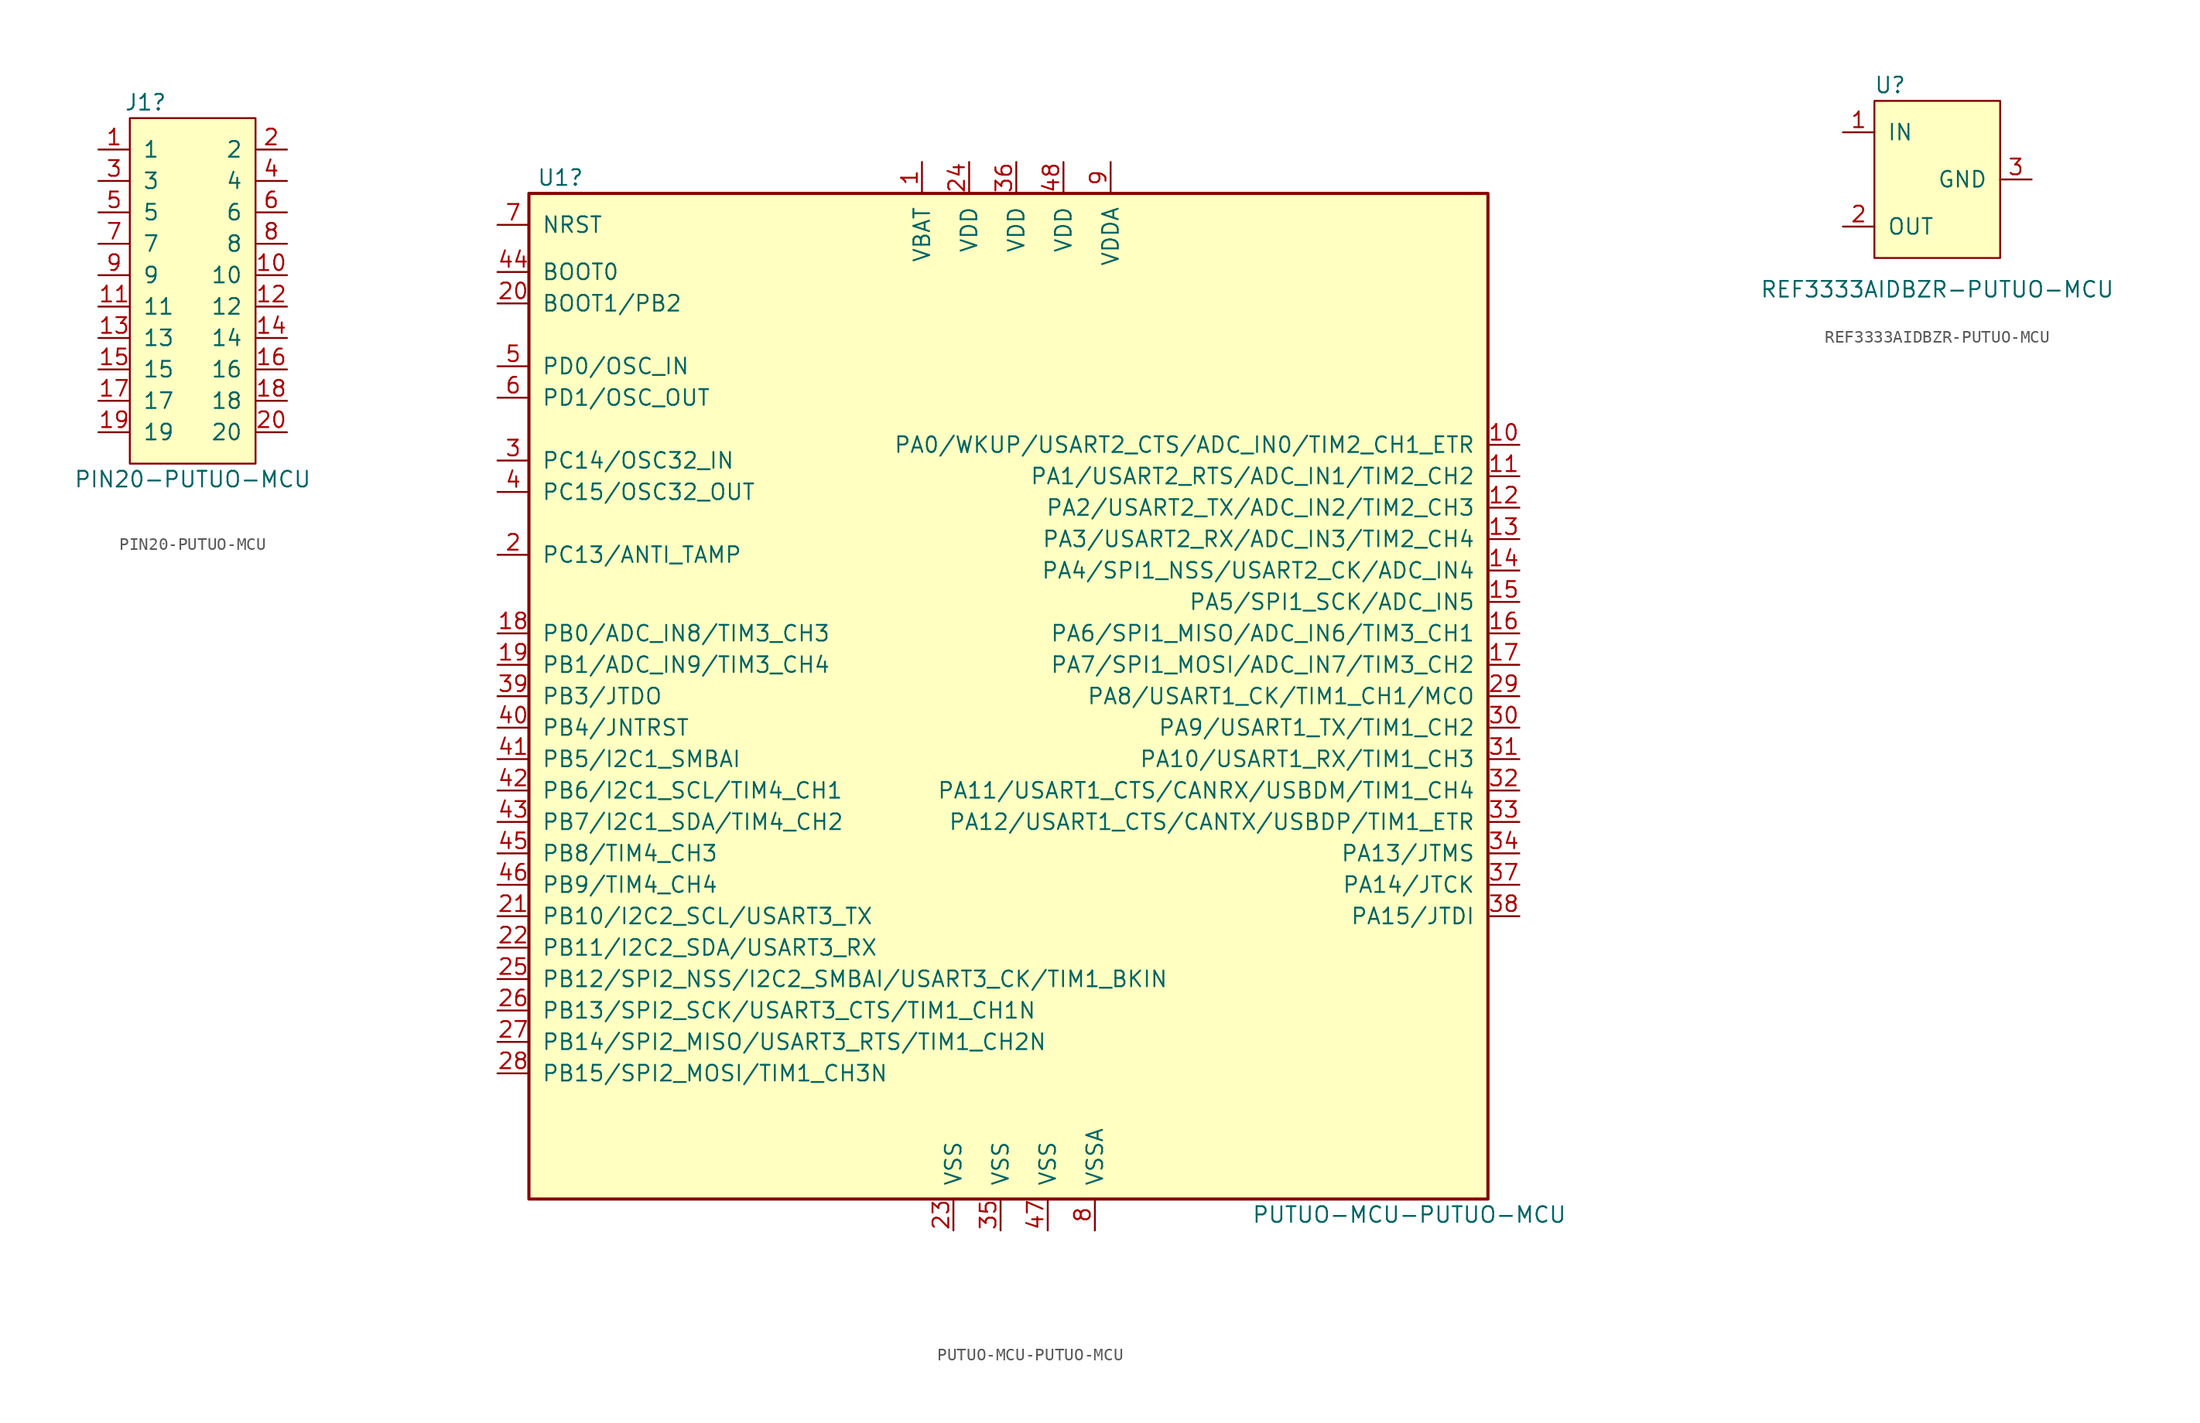
<source format=kicad_sym>
(kicad_symbol_lib
  (version 20211014)
  (generator kicad_symbol_editor)
  (symbol "PIN20-PUTUO-MCU"
    (pin_names
      (offset 1.016))
    (property "Reference" "J1"
      (at -3.81 15.24 0)
      (effects (font (size 1.27 1.27))))
    (property "Value" "PIN20-PUTUO-MCU"
      (at 0 -15.24 0)
      (effects (font (size 1.27 1.27))))
    (symbol "PIN20-PUTUO-MCU_0_1"
      (rectangle (start -5.08 13.97) (end 5.08 -13.97) (stroke (width 0) (type default) (color 0 0 0 0)) (fill (type background))))
    (symbol "PIN20-PUTUO-MCU_1_1"
      (pin input line (at -7.62 11.43 0) (length 2.54) (name "1" (effects (font (size 1.27 1.27)))) (number "1" (effects (font (size 1.27 1.27)))))
      (pin input line (at 7.62 1.27 180) (length 2.54) (name "10" (effects (font (size 1.27 1.27)))) (number "10" (effects (font (size 1.27 1.27)))))
      (pin input line (at -7.62 -1.27 0) (length 2.54) (name "11" (effects (font (size 1.27 1.27)))) (number "11" (effects (font (size 1.27 1.27)))))
      (pin input line (at 7.62 -1.27 180) (length 2.54) (name "12" (effects (font (size 1.27 1.27)))) (number "12" (effects (font (size 1.27 1.27)))))
      (pin input line (at -7.62 -3.81 0) (length 2.54) (name "13" (effects (font (size 1.27 1.27)))) (number "13" (effects (font (size 1.27 1.27)))))
      (pin input line (at 7.62 -3.81 180) (length 2.54) (name "14" (effects (font (size 1.27 1.27)))) (number "14" (effects (font (size 1.27 1.27)))))
      (pin input line (at -7.62 -6.35 0) (length 2.54) (name "15" (effects (font (size 1.27 1.27)))) (number "15" (effects (font (size 1.27 1.27)))))
      (pin input line (at 7.62 -6.35 180) (length 2.54) (name "16" (effects (font (size 1.27 1.27)))) (number "16" (effects (font (size 1.27 1.27)))))
      (pin input line (at -7.62 -8.89 0) (length 2.54) (name "17" (effects (font (size 1.27 1.27)))) (number "17" (effects (font (size 1.27 1.27)))))
      (pin input line (at 7.62 -8.89 180) (length 2.54) (name "18" (effects (font (size 1.27 1.27)))) (number "18" (effects (font (size 1.27 1.27)))))
      (pin input line (at -7.62 -11.43 0) (length 2.54) (name "19" (effects (font (size 1.27 1.27)))) (number "19" (effects (font (size 1.27 1.27)))))
      (pin input line (at 7.62 11.43 180) (length 2.54) (name "2" (effects (font (size 1.27 1.27)))) (number "2" (effects (font (size 1.27 1.27)))))
      (pin input line (at 7.62 -11.43 180) (length 2.54) (name "20" (effects (font (size 1.27 1.27)))) (number "20" (effects (font (size 1.27 1.27)))))
      (pin input line (at -7.62 8.89 0) (length 2.54) (name "3" (effects (font (size 1.27 1.27)))) (number "3" (effects (font (size 1.27 1.27)))))
      (pin input line (at 7.62 8.89 180) (length 2.54) (name "4" (effects (font (size 1.27 1.27)))) (number "4" (effects (font (size 1.27 1.27)))))
      (pin input line (at -7.62 6.35 0) (length 2.54) (name "5" (effects (font (size 1.27 1.27)))) (number "5" (effects (font (size 1.27 1.27)))))
      (pin input line (at 7.62 6.35 180) (length 2.54) (name "6" (effects (font (size 1.27 1.27)))) (number "6" (effects (font (size 1.27 1.27)))))
      (pin input line (at -7.62 3.81 0) (length 2.54) (name "7" (effects (font (size 1.27 1.27)))) (number "7" (effects (font (size 1.27 1.27)))))
      (pin input line (at 7.62 3.81 180) (length 2.54) (name "8" (effects (font (size 1.27 1.27)))) (number "8" (effects (font (size 1.27 1.27)))))
      (pin input line (at -7.62 1.27 0) (length 2.54) (name "9" (effects (font (size 1.27 1.27)))) (number "9" (effects (font (size 1.27 1.27)))))))
  (symbol "PUTUO-MCU-PUTUO-MCU"
    (pin_names
      (offset 1.016))
    (property "Reference" "U1"
      (at -36.83 40.64 0)
      (effects (font (size 1.27 1.27))))
    (property "Value" "PUTUO-MCU-PUTUO-MCU"
      (at 31.75 -43.18 0)
      (effects (font (size 1.27 1.27))))
    (symbol "PUTUO-MCU-PUTUO-MCU_1_1"
      (rectangle (start -39.37 -41.91) (end 38.1 39.37) (stroke (width 0.254) (type default) (color 0 0 0 0)) (fill (type background)))
      (pin power_in line (at -7.62 41.91 270) (length 2.54) (name "VBAT" (effects (font (size 1.27 1.27)))) (number "1" (effects (font (size 1.27 1.27)))))
      (pin bidirectional line (at 40.64 19.05 180) (length 2.54) (name "PA0/WKUP/USART2_CTS/ADC_IN0/TIM2_CH1_ETR" (effects (font (size 1.27 1.27)))) (number "10" (effects (font (size 1.27 1.27)))))
      (pin bidirectional line (at 40.64 16.51 180) (length 2.54) (name "PA1/USART2_RTS/ADC_IN1/TIM2_CH2" (effects (font (size 1.27 1.27)))) (number "11" (effects (font (size 1.27 1.27)))))
      (pin bidirectional line (at 40.64 13.97 180) (length 2.54) (name "PA2/USART2_TX/ADC_IN2/TIM2_CH3" (effects (font (size 1.27 1.27)))) (number "12" (effects (font (size 1.27 1.27)))))
      (pin bidirectional line (at 40.64 11.43 180) (length 2.54) (name "PA3/USART2_RX/ADC_IN3/TIM2_CH4" (effects (font (size 1.27 1.27)))) (number "13" (effects (font (size 1.27 1.27)))))
      (pin bidirectional line (at 40.64 8.89 180) (length 2.54) (name "PA4/SPI1_NSS/USART2_CK/ADC_IN4" (effects (font (size 1.27 1.27)))) (number "14" (effects (font (size 1.27 1.27)))))
      (pin bidirectional line (at 40.64 6.35 180) (length 2.54) (name "PA5/SPI1_SCK/ADC_IN5" (effects (font (size 1.27 1.27)))) (number "15" (effects (font (size 1.27 1.27)))))
      (pin bidirectional line (at 40.64 3.81 180) (length 2.54) (name "PA6/SPI1_MISO/ADC_IN6/TIM3_CH1" (effects (font (size 1.27 1.27)))) (number "16" (effects (font (size 1.27 1.27)))))
      (pin bidirectional line (at 40.64 1.27 180) (length 2.54) (name "PA7/SPI1_MOSI/ADC_IN7/TIM3_CH2" (effects (font (size 1.27 1.27)))) (number "17" (effects (font (size 1.27 1.27)))))
      (pin bidirectional line (at -41.91 3.81 0) (length 2.54) (name "PB0/ADC_IN8/TIM3_CH3" (effects (font (size 1.27 1.27)))) (number "18" (effects (font (size 1.27 1.27)))))
      (pin bidirectional line (at -41.91 1.27 0) (length 2.54) (name "PB1/ADC_IN9/TIM3_CH4" (effects (font (size 1.27 1.27)))) (number "19" (effects (font (size 1.27 1.27)))))
      (pin bidirectional line (at -41.91 10.16 0) (length 2.54) (name "PC13/ANTI_TAMP" (effects (font (size 1.27 1.27)))) (number "2" (effects (font (size 1.27 1.27)))))
      (pin input line (at -41.91 30.48 0) (length 2.54) (name "BOOT1/PB2" (effects (font (size 1.27 1.27)))) (number "20" (effects (font (size 1.27 1.27)))))
      (pin bidirectional line (at -41.91 -19.05 0) (length 2.54) (name "PB10/I2C2_SCL/USART3_TX" (effects (font (size 1.27 1.27)))) (number "21" (effects (font (size 1.27 1.27)))))
      (pin bidirectional line (at -41.91 -21.59 0) (length 2.54) (name "PB11/I2C2_SDA/USART3_RX" (effects (font (size 1.27 1.27)))) (number "22" (effects (font (size 1.27 1.27)))))
      (pin power_in line (at -5.08 -44.45 90) (length 2.54) (name "VSS" (effects (font (size 1.27 1.27)))) (number "23" (effects (font (size 1.27 1.27)))))
      (pin power_in line (at -3.81 41.91 270) (length 2.54) (name "VDD" (effects (font (size 1.27 1.27)))) (number "24" (effects (font (size 1.27 1.27)))))
      (pin bidirectional line (at -41.91 -24.13 0) (length 2.54) (name "PB12/SPI2_NSS/I2C2_SMBAI/USART3_CK/TIM1_BKIN" (effects (font (size 1.27 1.27)))) (number "25" (effects (font (size 1.27 1.27)))))
      (pin bidirectional line (at -41.91 -26.67 0) (length 2.54) (name "PB13/SPI2_SCK/USART3_CTS/TIM1_CH1N" (effects (font (size 1.27 1.27)))) (number "26" (effects (font (size 1.27 1.27)))))
      (pin bidirectional line (at -41.91 -29.21 0) (length 2.54) (name "PB14/SPI2_MISO/USART3_RTS/TIM1_CH2N" (effects (font (size 1.27 1.27)))) (number "27" (effects (font (size 1.27 1.27)))))
      (pin bidirectional line (at -41.91 -31.75 0) (length 2.54) (name "PB15/SPI2_MOSI/TIM1_CH3N" (effects (font (size 1.27 1.27)))) (number "28" (effects (font (size 1.27 1.27)))))
      (pin bidirectional line (at 40.64 -1.27 180) (length 2.54) (name "PA8/USART1_CK/TIM1_CH1/MCO" (effects (font (size 1.27 1.27)))) (number "29" (effects (font (size 1.27 1.27)))))
      (pin bidirectional line (at -41.91 17.78 0) (length 2.54) (name "PC14/OSC32_IN" (effects (font (size 1.27 1.27)))) (number "3" (effects (font (size 1.27 1.27)))))
      (pin bidirectional line (at 40.64 -3.81 180) (length 2.54) (name "PA9/USART1_TX/TIM1_CH2" (effects (font (size 1.27 1.27)))) (number "30" (effects (font (size 1.27 1.27)))))
      (pin bidirectional line (at 40.64 -6.35 180) (length 2.54) (name "PA10/USART1_RX/TIM1_CH3" (effects (font (size 1.27 1.27)))) (number "31" (effects (font (size 1.27 1.27)))))
      (pin bidirectional line (at 40.64 -8.89 180) (length 2.54) (name "PA11/USART1_CTS/CANRX/USBDM/TIM1_CH4" (effects (font (size 1.27 1.27)))) (number "32" (effects (font (size 1.27 1.27)))))
      (pin bidirectional line (at 40.64 -11.43 180) (length 2.54) (name "PA12/USART1_CTS/CANTX/USBDP/TIM1_ETR" (effects (font (size 1.27 1.27)))) (number "33" (effects (font (size 1.27 1.27)))))
      (pin bidirectional line (at 40.64 -13.97 180) (length 2.54) (name "PA13/JTMS" (effects (font (size 1.27 1.27)))) (number "34" (effects (font (size 1.27 1.27)))))
      (pin power_in line (at -1.27 -44.45 90) (length 2.54) (name "VSS" (effects (font (size 1.27 1.27)))) (number "35" (effects (font (size 1.27 1.27)))))
      (pin power_in line (at 0 41.91 270) (length 2.54) (name "VDD" (effects (font (size 1.27 1.27)))) (number "36" (effects (font (size 1.27 1.27)))))
      (pin bidirectional line (at 40.64 -16.51 180) (length 2.54) (name "PA14/JTCK" (effects (font (size 1.27 1.27)))) (number "37" (effects (font (size 1.27 1.27)))))
      (pin bidirectional line (at 40.64 -19.05 180) (length 2.54) (name "PA15/JTDI" (effects (font (size 1.27 1.27)))) (number "38" (effects (font (size 1.27 1.27)))))
      (pin bidirectional line (at -41.91 -1.27 0) (length 2.54) (name "PB3/JTDO" (effects (font (size 1.27 1.27)))) (number "39" (effects (font (size 1.27 1.27)))))
      (pin bidirectional line (at -41.91 15.24 0) (length 2.54) (name "PC15/OSC32_OUT" (effects (font (size 1.27 1.27)))) (number "4" (effects (font (size 1.27 1.27)))))
      (pin bidirectional line (at -41.91 -3.81 0) (length 2.54) (name "PB4/JNTRST" (effects (font (size 1.27 1.27)))) (number "40" (effects (font (size 1.27 1.27)))))
      (pin bidirectional line (at -41.91 -6.35 0) (length 2.54) (name "PB5/I2C1_SMBAI" (effects (font (size 1.27 1.27)))) (number "41" (effects (font (size 1.27 1.27)))))
      (pin bidirectional line (at -41.91 -8.89 0) (length 2.54) (name "PB6/I2C1_SCL/TIM4_CH1" (effects (font (size 1.27 1.27)))) (number "42" (effects (font (size 1.27 1.27)))))
      (pin bidirectional line (at -41.91 -11.43 0) (length 2.54) (name "PB7/I2C1_SDA/TIM4_CH2" (effects (font (size 1.27 1.27)))) (number "43" (effects (font (size 1.27 1.27)))))
      (pin input line (at -41.91 33.02 0) (length 2.54) (name "BOOT0" (effects (font (size 1.27 1.27)))) (number "44" (effects (font (size 1.27 1.27)))))
      (pin bidirectional line (at -41.91 -13.97 0) (length 2.54) (name "PB8/TIM4_CH3" (effects (font (size 1.27 1.27)))) (number "45" (effects (font (size 1.27 1.27)))))
      (pin bidirectional line (at -41.91 -16.51 0) (length 2.54) (name "PB9/TIM4_CH4" (effects (font (size 1.27 1.27)))) (number "46" (effects (font (size 1.27 1.27)))))
      (pin power_in line (at 2.54 -44.45 90) (length 2.54) (name "VSS" (effects (font (size 1.27 1.27)))) (number "47" (effects (font (size 1.27 1.27)))))
      (pin power_in line (at 3.81 41.91 270) (length 2.54) (name "VDD" (effects (font (size 1.27 1.27)))) (number "48" (effects (font (size 1.27 1.27)))))
      (pin input line (at -41.91 25.4 0) (length 2.54) (name "PD0/OSC_IN" (effects (font (size 1.27 1.27)))) (number "5" (effects (font (size 1.27 1.27)))))
      (pin input line (at -41.91 22.86 0) (length 2.54) (name "PD1/OSC_OUT" (effects (font (size 1.27 1.27)))) (number "6" (effects (font (size 1.27 1.27)))))
      (pin input line (at -41.91 36.83 0) (length 2.54) (name "NRST" (effects (font (size 1.27 1.27)))) (number "7" (effects (font (size 1.27 1.27)))))
      (pin power_in line (at 6.35 -44.45 90) (length 2.54) (name "VSSA" (effects (font (size 1.27 1.27)))) (number "8" (effects (font (size 1.27 1.27)))))
      (pin power_in line (at 7.62 41.91 270) (length 2.54) (name "VDDA" (effects (font (size 1.27 1.27)))) (number "9" (effects (font (size 1.27 1.27)))))))
  (symbol "REF3333AIDBZR-PUTUO-MCU"
    (pin_names
      (offset 1.016))
    (property "Reference" "U"
      (at -3.81 7.62 0)
      (effects (font (size 1.27 1.27))))
    (property "Value" "REF3333AIDBZR-PUTUO-MCU"
      (at 0 -8.89 0)
      (effects (font (size 1.27 1.27))))
    (symbol "REF3333AIDBZR-PUTUO-MCU_0_1"
      (rectangle (start -5.08 6.35) (end 5.08 -6.35) (stroke (width 0) (type default) (color 0 0 0 0)) (fill (type background))))
    (symbol "REF3333AIDBZR-PUTUO-MCU_1_1"
      (pin power_in line (at -7.62 3.81 0) (length 2.54) (name "IN" (effects (font (size 1.27 1.27)))) (number "1" (effects (font (size 1.27 1.27)))))
      (pin power_out line (at -7.62 -3.81 0) (length 2.54) (name "OUT" (effects (font (size 1.27 1.27)))) (number "2" (effects (font (size 1.27 1.27)))))
      (pin power_in line (at 7.62 0 180) (length 2.54) (name "GND" (effects (font (size 1.27 1.27)))) (number "3" (effects (font (size 1.27 1.27))))))))
</source>
